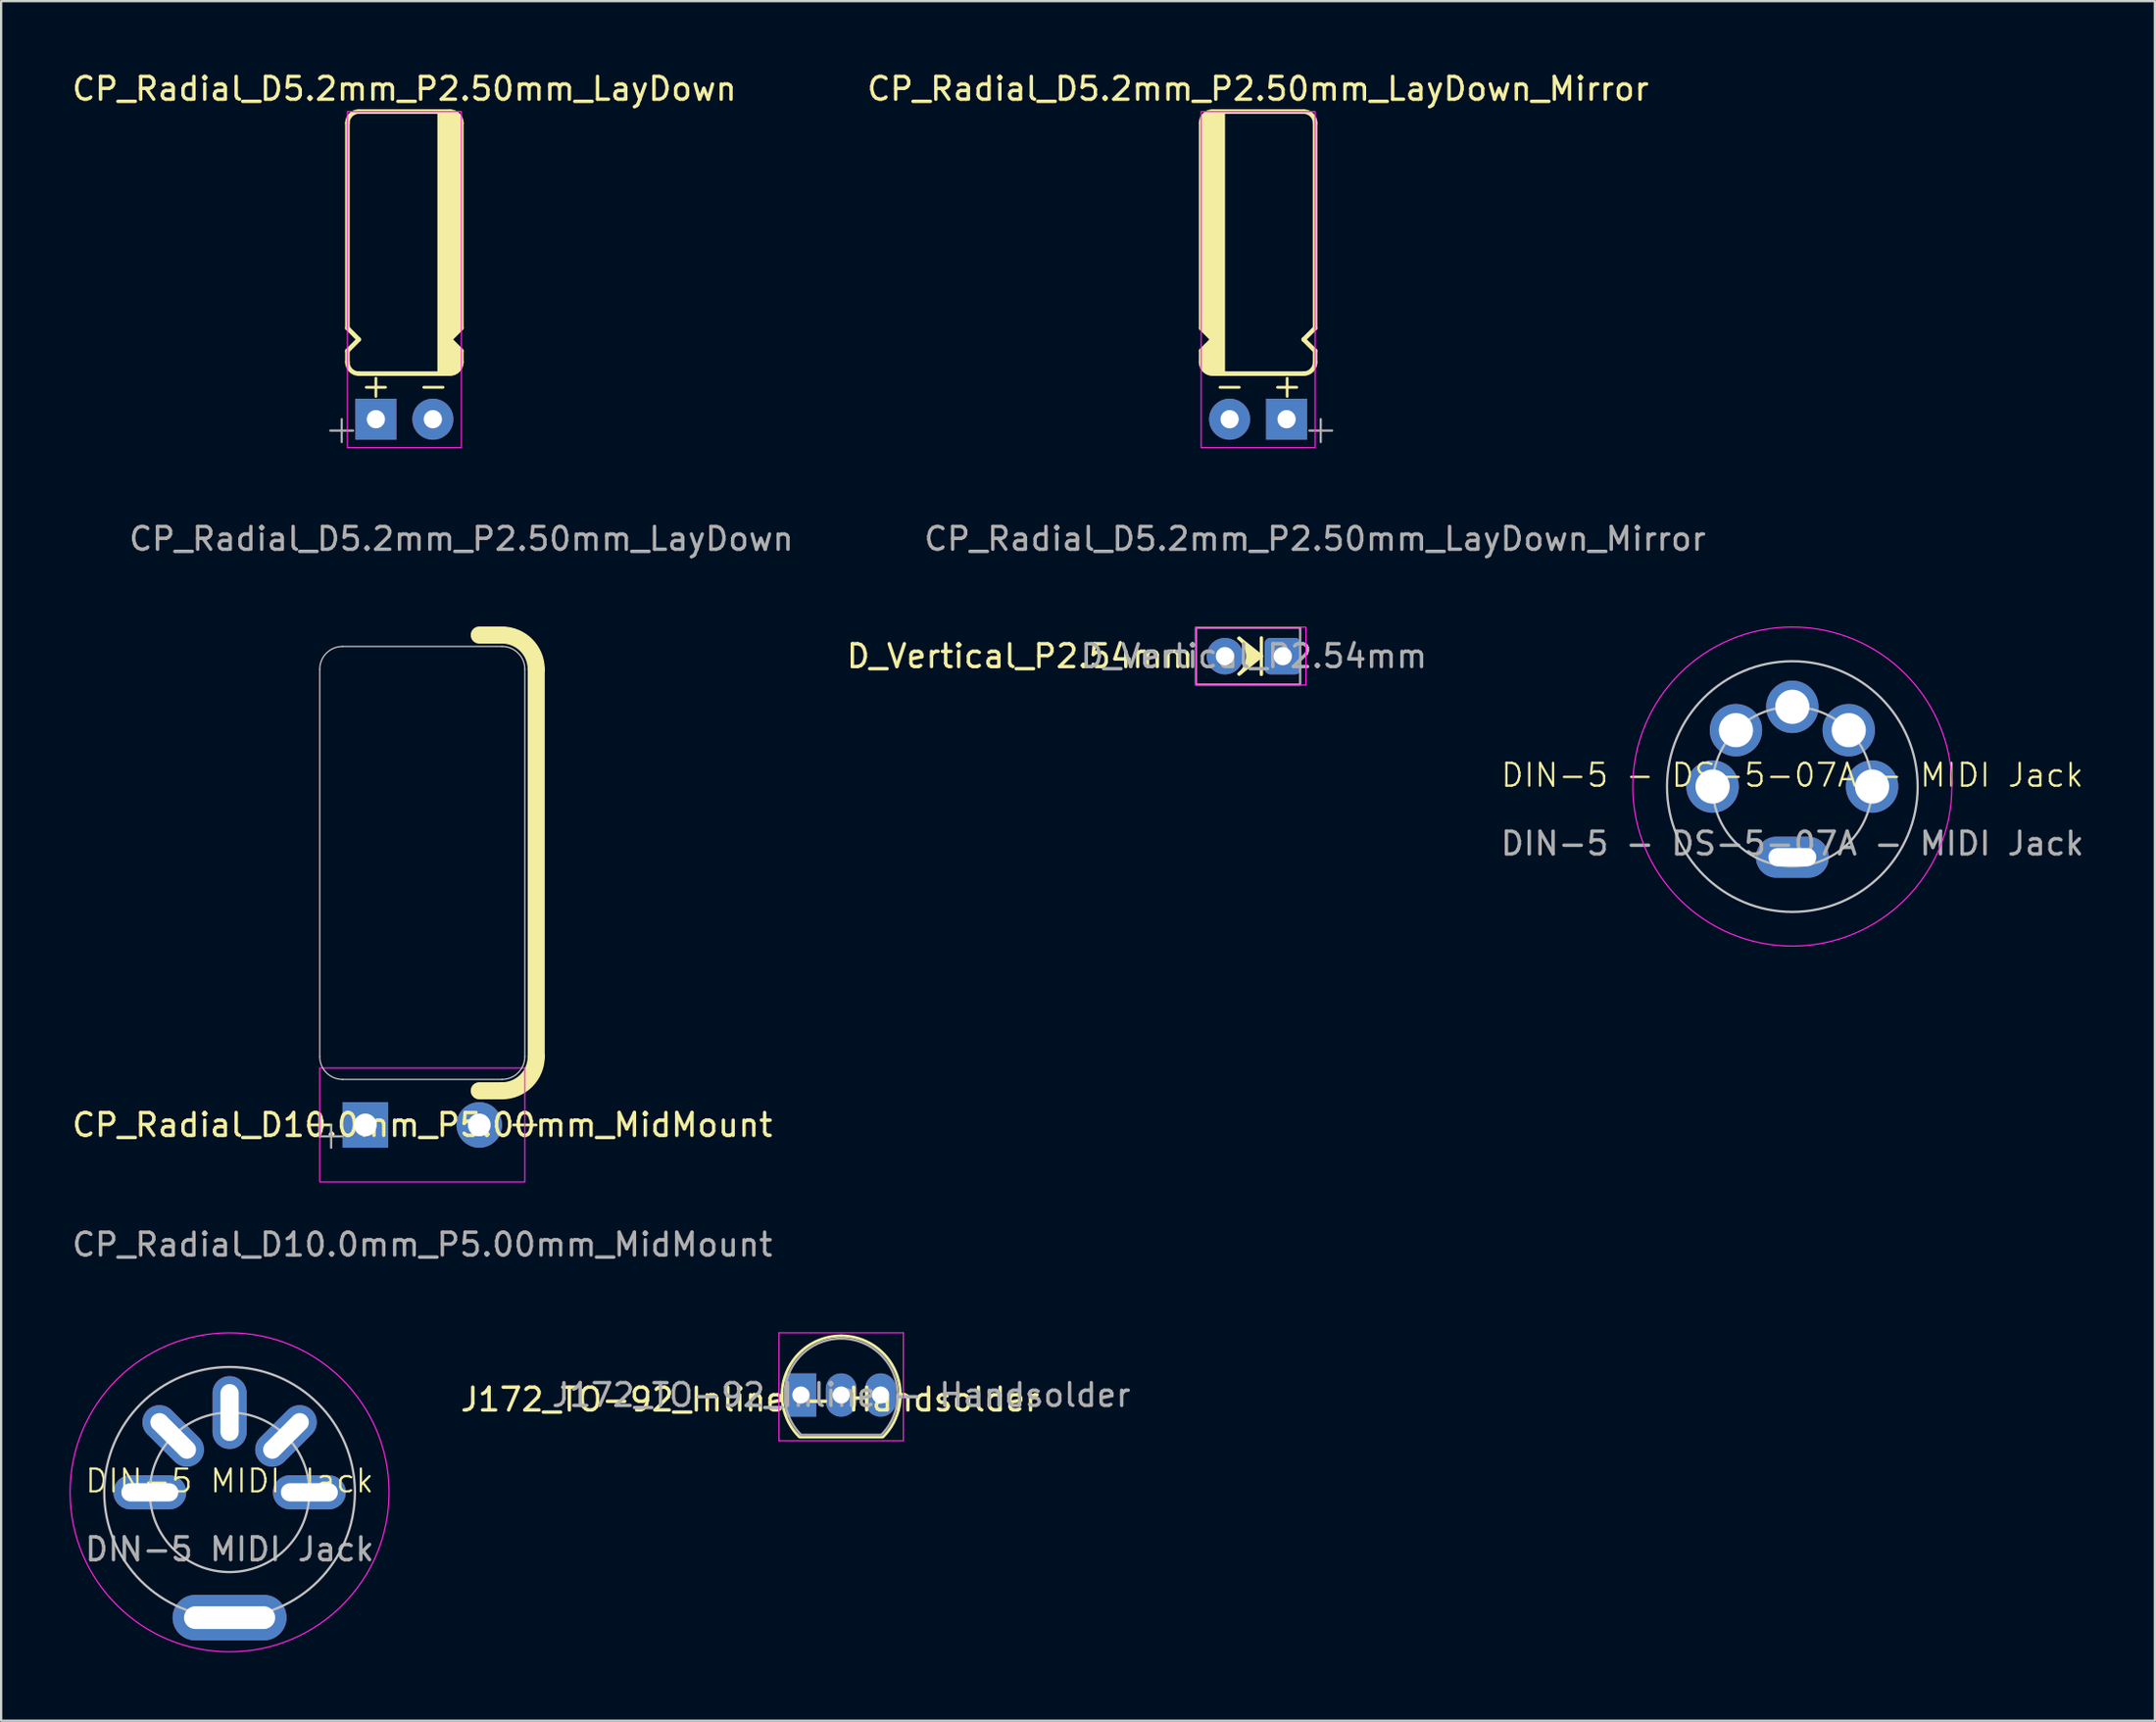
<source format=kicad_pcb>
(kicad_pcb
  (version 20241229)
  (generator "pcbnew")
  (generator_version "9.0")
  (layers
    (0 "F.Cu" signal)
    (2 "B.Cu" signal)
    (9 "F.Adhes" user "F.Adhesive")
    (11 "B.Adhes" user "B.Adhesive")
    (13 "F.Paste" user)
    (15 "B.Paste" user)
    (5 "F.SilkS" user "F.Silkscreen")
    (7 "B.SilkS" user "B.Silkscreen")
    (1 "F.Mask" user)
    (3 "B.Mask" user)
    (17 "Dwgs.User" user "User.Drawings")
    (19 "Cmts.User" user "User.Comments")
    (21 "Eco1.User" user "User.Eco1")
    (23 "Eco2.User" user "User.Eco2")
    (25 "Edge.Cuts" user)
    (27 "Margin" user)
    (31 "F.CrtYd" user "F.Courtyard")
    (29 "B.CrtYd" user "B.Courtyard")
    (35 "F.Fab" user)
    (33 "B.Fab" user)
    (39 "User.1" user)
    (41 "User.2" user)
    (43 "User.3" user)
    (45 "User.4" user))
  (footprint "D_Vertical_P2.54mm"
    (layer "F.Cu")
    (at 50.705 25.747)
    (property "Reference" "D_Vertical_P2.54mm" (at -1.3 0 0) (layer "F.SilkS") (effects (font (size 1 1) (thickness 0.15)) (justify right)))
    (attr through_hole)
    (fp_line (start 0.625 -0.781) (end 0.625 -0.781) (stroke (width 0.15) (type default)) (layer "F.SilkS"))
    (fp_line (start 1.1 -0.25) (end 1.3 0) (stroke (width 0.35) (type solid)) (layer "F.SilkS"))
    (fp_line (start 1.3 0) (end 1.1 0.25) (stroke (width 0.35) (type solid)) (layer "F.SilkS"))
    (fp_line (start 1.6 -0.8) (end 1.6 0.8) (stroke (width 0.15) (type default)) (layer "F.SilkS"))
    (fp_line (start 1.6 0) (end 0.625 -0.781) (stroke (width 0.15) (type default)) (layer "F.SilkS"))
    (fp_line (start 1.6 0) (end 0.625 0.781) (stroke (width 0.15) (type default)) (layer "F.SilkS"))
    (fp_line (start 1.61 0) (end 1.6 0) (stroke (width 0.0001) (type default)) (layer "F.SilkS"))
    (fp_arc (start 0.624997 -0.780625) (mid 0.999996 0.000001) (end 0.624991 0.780624) (stroke (width 0.15) (type default)) (layer "F.SilkS"))
    (fp_circle (center 1.6 0) (end 1.61 0) (stroke (width 0.0001) (type default)) (fill yes) (layer "F.SilkS"))
    (fp_rect (start -1.27 -1.27) (end 3.556 1.27) (stroke (width 0.05) (type solid)) (fill no) (layer "F.CrtYd"))
    (fp_rect (start -1.27 -1.25) (end 3.302 1.25) (stroke (width 0.1) (type solid)) (fill no) (layer "F.Fab"))
    (fp_text user "${REFERENCE}" (at 1.27 0 0) (layer "F.Fab") (effects (font (size 1 1) (thickness 0.15))))
    (pad "1" thru_hole circle (at 0 0) (size 1.6 1.6) (drill 0.8) (layers "*.Cu" "*.Mask"))
    (pad "2" thru_hole roundrect (at 2.54 0) (size 1.6 1.6) (drill 0.8) (layers "*.Cu" "*.Mask") (roundrect_rratio 0.156)))
  (footprint "CP_Radial_D5.2mm_P2.50mm_LayDown"
    (layer "F.Cu")
    (at 14.696 15.348)
    (property "Reference" "CP_Radial_D5.2mm_P2.50mm_LayDown" (at 0 -14.5 0) (layer "F.SilkS") (effects (font (size 1 1) (thickness 0.15))))
    (attr through_hole)
    (fp_line (start -2.5 -13) (end -2.5 -4) (stroke (width 0.2) (type solid)) (layer "F.SilkS"))
    (fp_line (start -2.5 -3) (end -2.5 -2.5) (stroke (width 0.2) (type solid)) (layer "F.SilkS"))
    (fp_line (start -2.5 -3) (end -2 -3.5) (stroke (width 0.2) (type solid)) (layer "F.SilkS"))
    (fp_line (start -2 -3.5) (end -2.5 -4) (stroke (width 0.2) (type solid)) (layer "F.SilkS"))
    (fp_line (start -2 -2) (end 2 -2) (stroke (width 0.2) (type solid)) (layer "F.SilkS"))
    (fp_line (start -1.675 -1.4) (end -0.825 -1.4) (stroke (width 0.12) (type solid)) (layer "F.SilkS"))
    (fp_line (start -1.25 -1.8) (end -1.25 -1) (stroke (width 0.12) (type solid)) (layer "F.SilkS"))
    (fp_line (start 0.85 -1.4) (end 1.7 -1.4) (stroke (width 0.12) (type solid)) (layer "F.SilkS"))
    (fp_line (start 2 -13.5) (end -2 -13.5) (stroke (width 0.2) (type solid)) (layer "F.SilkS"))
    (fp_line (start 2 -3.5) (end 2.5 -4) (stroke (width 0.2) (type solid)) (layer "F.SilkS"))
    (fp_line (start 2.5 -4) (end 2.5 -13) (stroke (width 0.2) (type solid)) (layer "F.SilkS"))
    (fp_line (start 2.5 -3) (end 2 -3.5) (stroke (width 0.2) (type solid)) (layer "F.SilkS"))
    (fp_line (start 2.5 -2.5) (end 2.5 -3) (stroke (width 0.2) (type solid)) (layer "F.SilkS"))
    (fp_arc (start -2.5 -13) (mid -2.353553 -13.353553) (end -2 -13.5) (stroke (width 0.2) (type solid)) (layer "F.SilkS"))
    (fp_arc (start -2 -2) (mid -2.353553 -2.146447) (end -2.5 -2.5) (stroke (width 0.2) (type solid)) (layer "F.SilkS"))
    (fp_arc (start 2 -13.5) (mid 2.353553 -13.353553) (end 2.5 -13) (stroke (width 0.2) (type solid)) (layer "F.SilkS"))
    (fp_arc (start 2.5 -2.5) (mid 2.353553 -2.146447) (end 2 -2) (stroke (width 0.2) (type solid)) (layer "F.SilkS"))
    (fp_poly (pts (xy 1.5 -2) (xy 2 -2) (xy 2.354 -2.146) (xy 2.5 -2.5) (xy 2.5 -3) (xy 2 -3.5) (xy 2.5 -4) (xy 2.5 -13) (xy 2.354 -13.354) (xy 2 -13.5) (xy 1.5 -13.5)) (stroke (width 0.1) (type solid)) (fill yes) (layer "F.SilkS"))
    (fp_rect (start -2.5 -13.5) (end 2.5 1.25) (stroke (width 0.05) (type default)) (fill no) (layer "F.CrtYd"))
    (fp_line (start -3.25 0.5) (end -2.25 0.5) (stroke (width 0.1) (type solid)) (layer "F.Fab"))
    (fp_line (start -2.75 0) (end -2.75 1) (stroke (width 0.1) (type solid)) (layer "F.Fab"))
    (fp_text user "${REFERENCE}" (at 2.5 5.25 0) (layer "F.Fab") (effects (font (size 1 1) (thickness 0.15))))
    (pad "1" thru_hole rect (at -1.25 0) (size 1.8 1.8) (drill 0.8) (layers "*.Cu" "*.Mask"))
    (pad "2" thru_hole circle (at 1.25 0) (size 1.8 1.8) (drill 0.8) (layers "*.Cu" "*.Mask")))
  (footprint "CP_Radial_D5.2mm_P2.50mm_LayDown_Mirror"
    (layer "F.Cu")
    (at 52.161 15.348)
    (property "Reference" "CP_Radial_D5.2mm_P2.50mm_LayDown_Mirror" (at 0 -14.5 0) (layer "F.SilkS") (effects (font (size 1 1) (thickness 0.15))))
    (attr through_hole)
    (fp_line (start -2.5 -13) (end -2.5 -4) (stroke (width 0.2) (type solid)) (layer "F.SilkS"))
    (fp_line (start -2.5 -3) (end -2.5 -2.5) (stroke (width 0.2) (type solid)) (layer "F.SilkS"))
    (fp_line (start -2.5 -3) (end -2 -3.5) (stroke (width 0.2) (type solid)) (layer "F.SilkS"))
    (fp_line (start -2 -3.5) (end -2.5 -4) (stroke (width 0.2) (type solid)) (layer "F.SilkS"))
    (fp_line (start -2 -2) (end 2 -2) (stroke (width 0.2) (type solid)) (layer "F.SilkS"))
    (fp_line (start -1.675 -1.4) (end -0.825 -1.4) (stroke (width 0.12) (type solid)) (layer "F.SilkS"))
    (fp_line (start 0.85 -1.4) (end 1.7 -1.4) (stroke (width 0.12) (type solid)) (layer "F.SilkS"))
    (fp_line (start 1.275 -1.8) (end 1.275 -1) (stroke (width 0.12) (type solid)) (layer "F.SilkS"))
    (fp_line (start 2 -13.5) (end -2 -13.5) (stroke (width 0.2) (type solid)) (layer "F.SilkS"))
    (fp_line (start 2 -3.5) (end 2.5 -4) (stroke (width 0.2) (type solid)) (layer "F.SilkS"))
    (fp_line (start 2.5 -4) (end 2.5 -13) (stroke (width 0.2) (type solid)) (layer "F.SilkS"))
    (fp_line (start 2.5 -3) (end 2 -3.5) (stroke (width 0.2) (type solid)) (layer "F.SilkS"))
    (fp_line (start 2.5 -2.5) (end 2.5 -3) (stroke (width 0.2) (type solid)) (layer "F.SilkS"))
    (fp_arc (start -2.5 -13) (mid -2.353553 -13.353553) (end -2 -13.5) (stroke (width 0.2) (type solid)) (layer "F.SilkS"))
    (fp_arc (start -2 -2) (mid -2.353553 -2.146447) (end -2.5 -2.5) (stroke (width 0.2) (type solid)) (layer "F.SilkS"))
    (fp_arc (start 2 -13.5) (mid 2.353553 -13.353553) (end 2.5 -13) (stroke (width 0.2) (type solid)) (layer "F.SilkS"))
    (fp_arc (start 2.5 -2.5) (mid 2.353553 -2.146447) (end 2 -2) (stroke (width 0.2) (type solid)) (layer "F.SilkS"))
    (fp_poly (pts (xy -1.5 -2) (xy -2 -2) (xy -2.354 -2.146) (xy -2.5 -2.5) (xy -2.5 -3) (xy -2 -3.5) (xy -2.5 -4) (xy -2.5 -13) (xy -2.354 -13.354) (xy -2 -13.5) (xy -1.5 -13.5)) (stroke (width 0.1) (type solid)) (fill yes) (layer "F.SilkS"))
    (fp_rect (start -2.5 -13.5) (end 2.5 1.25) (stroke (width 0.05) (type default)) (fill no) (layer "F.CrtYd"))
    (fp_line (start 2.25 0.5) (end 3.25 0.5) (stroke (width 0.1) (type solid)) (layer "F.Fab"))
    (fp_line (start 2.75 0) (end 2.75 1) (stroke (width 0.1) (type solid)) (layer "F.Fab"))
    (fp_text user "${REFERENCE}" (at 2.5 5.25 0) (layer "F.Fab") (effects (font (size 1 1) (thickness 0.15))))
    (pad "1" thru_hole rect (at 1.25 0) (size 1.8 1.8) (drill 0.8) (layers "*.Cu" "*.Mask"))
    (pad "2" thru_hole circle (at -1.25 0) (size 1.8 1.8) (drill 0.8) (layers "*.Cu" "*.Mask")))
  (footprint "DIN-5 MIDI Jack"
    (layer "F.Cu")
    (at 7.025 62.445)
    (property "Reference" "DIN-5 MIDI Jack" (at 0 -0.5 0) (unlocked yes) (layer "F.SilkS") (effects (font (size 1 1) (thickness 0.1))))
    (attr through_hole)
    (fp_circle (center 0 0) (end 0 -5.5) (stroke (width 0.1) (type default)) (fill no) (layer "Dwgs.User"))
    (fp_circle (center 0 0) (end 0 -3.5) (stroke (width 0.1) (type default)) (fill no) (layer "Dwgs.User"))
    (fp_circle (center 0 0) (end 0 -7) (stroke (width 0.05) (type default)) (fill no) (layer "F.CrtYd"))
    (fp_text user "${REFERENCE}" (at 0 2.5 0) (unlocked yes) (layer "F.Fab") (effects (font (size 1 1) (thickness 0.15))))
    (pad "1" thru_hole oval (at 0 5.5) (size 5 2) (drill oval 4 1) (layers "*.Cu" "*.Mask"))
    (pad "1" thru_hole oval (at 3.5 0) (size 3.2 1.5) (drill oval 2.5 0.8) (layers "*.Cu" "*.Mask"))
    (pad "2" thru_hole oval (at 0 -3.5 90) (size 3.2 1.5) (drill oval 2.5 0.8) (layers "*.Cu" "*.Mask"))
    (pad "3" thru_hole oval (at -3.5 0 180) (size 3.2 1.5) (drill oval 2.5 0.8) (layers "*.Cu" "*.Mask"))
    (pad "4" thru_hole oval (at 2.475 -2.475 45) (size 3.2 1.5) (drill oval 2.5 0.8) (layers "*.Cu" "*.Mask"))
    (pad "5" thru_hole oval (at -2.475 -2.475 135) (size 3.2 1.5) (drill oval 2.5 0.8) (layers "*.Cu" "*.Mask")))
  (footprint "J172_TO-92_Inline - Handsolder"
    (layer "F.Cu")
    (at 32.595 58.175)
    (property "Reference" "J172_TO-92_Inline - Handsolder" (at -2.73 0.2 0) (layer "F.SilkS") (effects (font (size 1 1) (thickness 0.15))))
    (attr through_hole)
    (fp_line (start -0.53 1.85) (end 3.07 1.85) (stroke (width 0.12) (type solid)) (layer "F.SilkS"))
    (fp_arc (start -0.568478 1.838478) (mid -1.132087 -0.994977) (end 1.27 -2.6) (stroke (width 0.12) (type solid)) (layer "F.SilkS"))
    (fp_arc (start 1.27 -2.6) (mid 3.672087 -0.994977) (end 3.108478 1.838478) (stroke (width 0.12) (type solid)) (layer "F.SilkS"))
    (fp_line (start -1.46 -2.73) (end -1.46 2.01) (stroke (width 0.05) (type solid)) (layer "F.CrtYd"))
    (fp_line (start -1.46 -2.73) (end 4 -2.73) (stroke (width 0.05) (type solid)) (layer "F.CrtYd"))
    (fp_line (start 4 2.01) (end -1.46 2.01) (stroke (width 0.05) (type solid)) (layer "F.CrtYd"))
    (fp_line (start 4 2.01) (end 4 -2.73) (stroke (width 0.05) (type solid)) (layer "F.CrtYd"))
    (fp_line (start -0.5 1.75) (end 3 1.75) (stroke (width 0.1) (type solid)) (layer "F.Fab"))
    (fp_arc (start -0.483625 1.753625) (mid -1.021221 -0.949055) (end 1.27 -2.48) (stroke (width 0.1) (type solid)) (layer "F.Fab"))
    (fp_arc (start 1.27 -2.48) (mid 3.561221 -0.949055) (end 3.023625 1.753625) (stroke (width 0.1) (type solid)) (layer "F.Fab"))
    (fp_text user "${REFERENCE}" (at 1.27 0 0) (layer "F.Fab") (effects (font (size 1 1) (thickness 0.15))))
    (pad "1" thru_hole oval (at 3 0) (size 1.35 1.9) (drill 0.75) (layers "*.Cu" "*.Mask"))
    (pad "2" thru_hole oval (at 1.27 0) (size 1.35 1.9) (drill 0.75) (layers "*.Cu" "*.Mask"))
    (pad "3" thru_hole rect (at -0.5 0) (size 1.35 1.9) (drill 0.75) (layers "*.Cu" "*.Mask")))
  (footprint "DIN-5 - DS-5-07A - MIDI Jack"
    (layer "F.Cu")
    (at 75.606 31.471)
    (property "Reference" "DIN-5 - DS-5-07A - MIDI Jack" (at 0 -0.5 0) (unlocked yes) (layer "F.SilkS") (effects (font (size 1 1) (thickness 0.1))))
    (attr through_hole)
    (fp_circle (center 0 0) (end 0 -5.5) (stroke (width 0.1) (type default)) (fill no) (layer "Dwgs.User"))
    (fp_circle (center 0 0) (end 0 -3.5) (stroke (width 0.1) (type default)) (fill no) (layer "Dwgs.User"))
    (fp_circle (center 0 0) (end 0 -7) (stroke (width 0.05) (type default)) (fill no) (layer "F.CrtYd"))
    (fp_text user "${REFERENCE}" (at 0 2.5 0) (unlocked yes) (layer "F.Fab") (effects (font (size 1 1) (thickness 0.15))))
    (pad "1" thru_hole circle (at 3.5 0) (size 2.3 2.3) (drill 1.5) (layers "*.Cu" "*.Mask"))
    (pad "2" thru_hole circle (at 0 -3.5) (size 2.3 2.3) (drill 1.5) (layers "*.Cu" "*.Mask"))
    (pad "3" thru_hole circle (at -3.5 0) (size 2.3 2.3) (drill 1.5) (layers "*.Cu" "*.Mask"))
    (pad "4" thru_hole circle (at 2.475 -2.475) (size 2.3 2.3) (drill 1.5) (layers "*.Cu" "*.Mask"))
    (pad "5" thru_hole circle (at -2.475 -2.475) (size 2.3 2.3) (drill 1.5) (layers "*.Cu" "*.Mask"))
    (pad "G" thru_hole oval (at 0 3.1) (size 3.2 1.8) (drill oval 2.1 0.8) (layers "*.Cu" "*.Mask")))
  (footprint "CP_Radial_D10.0mm_P5.00mm_MidMount"
    (layer "F.Cu")
    (at 12.982 46.322)
    (property "Reference" "CP_Radial_D10.0mm_P5.00mm_MidMount" (at 2.5 0 0) (layer "F.SilkS") (effects (font (size 1 1) (thickness 0.15))))
    (attr through_hole)
    (fp_line (start -2.5 0) (end -1.5 0) (stroke (width 0.12) (type solid)) (layer "F.SilkS"))
    (fp_line (start -2 -0.5) (end -2 0.5) (stroke (width 0.12) (type solid)) (layer "F.SilkS"))
    (fp_line (start 5 -21.5) (end 6 -21.5) (stroke (width 0.75) (type solid)) (layer "F.SilkS"))
    (fp_line (start 6 -1.5) (end 5 -1.5) (stroke (width 0.75) (type solid)) (layer "F.SilkS"))
    (fp_line (start 6.5 0) (end 7.5 0) (stroke (width 0.12) (type solid)) (layer "F.SilkS"))
    (fp_line (start 7.5 -20) (end 7.5 -3) (stroke (width 0.75) (type solid)) (layer "F.SilkS"))
    (fp_arc (start 6 -21.5) (mid 7.06066 -21.06066) (end 7.5 -20) (stroke (width 0.75) (type solid)) (layer "F.SilkS"))
    (fp_arc (start 7.5 -3) (mid 7.06066 -1.93934) (end 6 -1.5) (stroke (width 0.75) (type solid)) (layer "F.SilkS"))
    (fp_line (start -2 -20) (end -2 -3) (stroke (width 0.05) (type default)) (layer "Edge.Cuts"))
    (fp_line (start -1 -2) (end 6 -2) (stroke (width 0.05) (type default)) (layer "Edge.Cuts"))
    (fp_line (start 6 -21) (end -1 -21) (stroke (width 0.05) (type default)) (layer "Edge.Cuts"))
    (fp_line (start 7 -3) (end 7 -20) (stroke (width 0.05) (type default)) (layer "Edge.Cuts"))
    (fp_arc (start -2 -20) (mid -1.707107 -20.707107) (end -1 -21) (stroke (width 0.05) (type default)) (layer "Edge.Cuts"))
    (fp_arc (start -1 -2) (mid -1.707107 -2.292893) (end -2 -3) (stroke (width 0.05) (type default)) (layer "Edge.Cuts"))
    (fp_arc (start 6 -21) (mid 6.707107 -20.707107) (end 7 -20) (stroke (width 0.05) (type default)) (layer "Edge.Cuts"))
    (fp_arc (start 7 -3) (mid 6.707107 -2.292893) (end 6 -2) (stroke (width 0.05) (type default)) (layer "Edge.Cuts"))
    (fp_rect (start -2 -2.5) (end 7 2.5) (stroke (width 0.05) (type default)) (fill no) (layer "F.CrtYd"))
    (fp_line (start -2 0.5) (end -1 0.5) (stroke (width 0.1) (type solid)) (layer "F.Fab"))
    (fp_line (start -1.5 0) (end -1.5 1) (stroke (width 0.1) (type solid)) (layer "F.Fab"))
    (fp_text user "${REFERENCE}" (at 2.5 5.25 0) (layer "F.Fab") (effects (font (size 1 1) (thickness 0.15))))
    (pad "1" thru_hole rect (at 0 0) (size 2 2) (drill 1) (layers "*.Cu" "*.Mask"))
    (pad "2" thru_hole circle (at 5 0) (size 2 2) (drill 1) (layers "*.Cu" "*.Mask")))
  (gr_rect
    (start -3 -3)
    (end 91.516 72.47)
    (stroke (width 0.1) (type default))
    (fill no)
    (layer "Edge.Cuts")))
</source>
